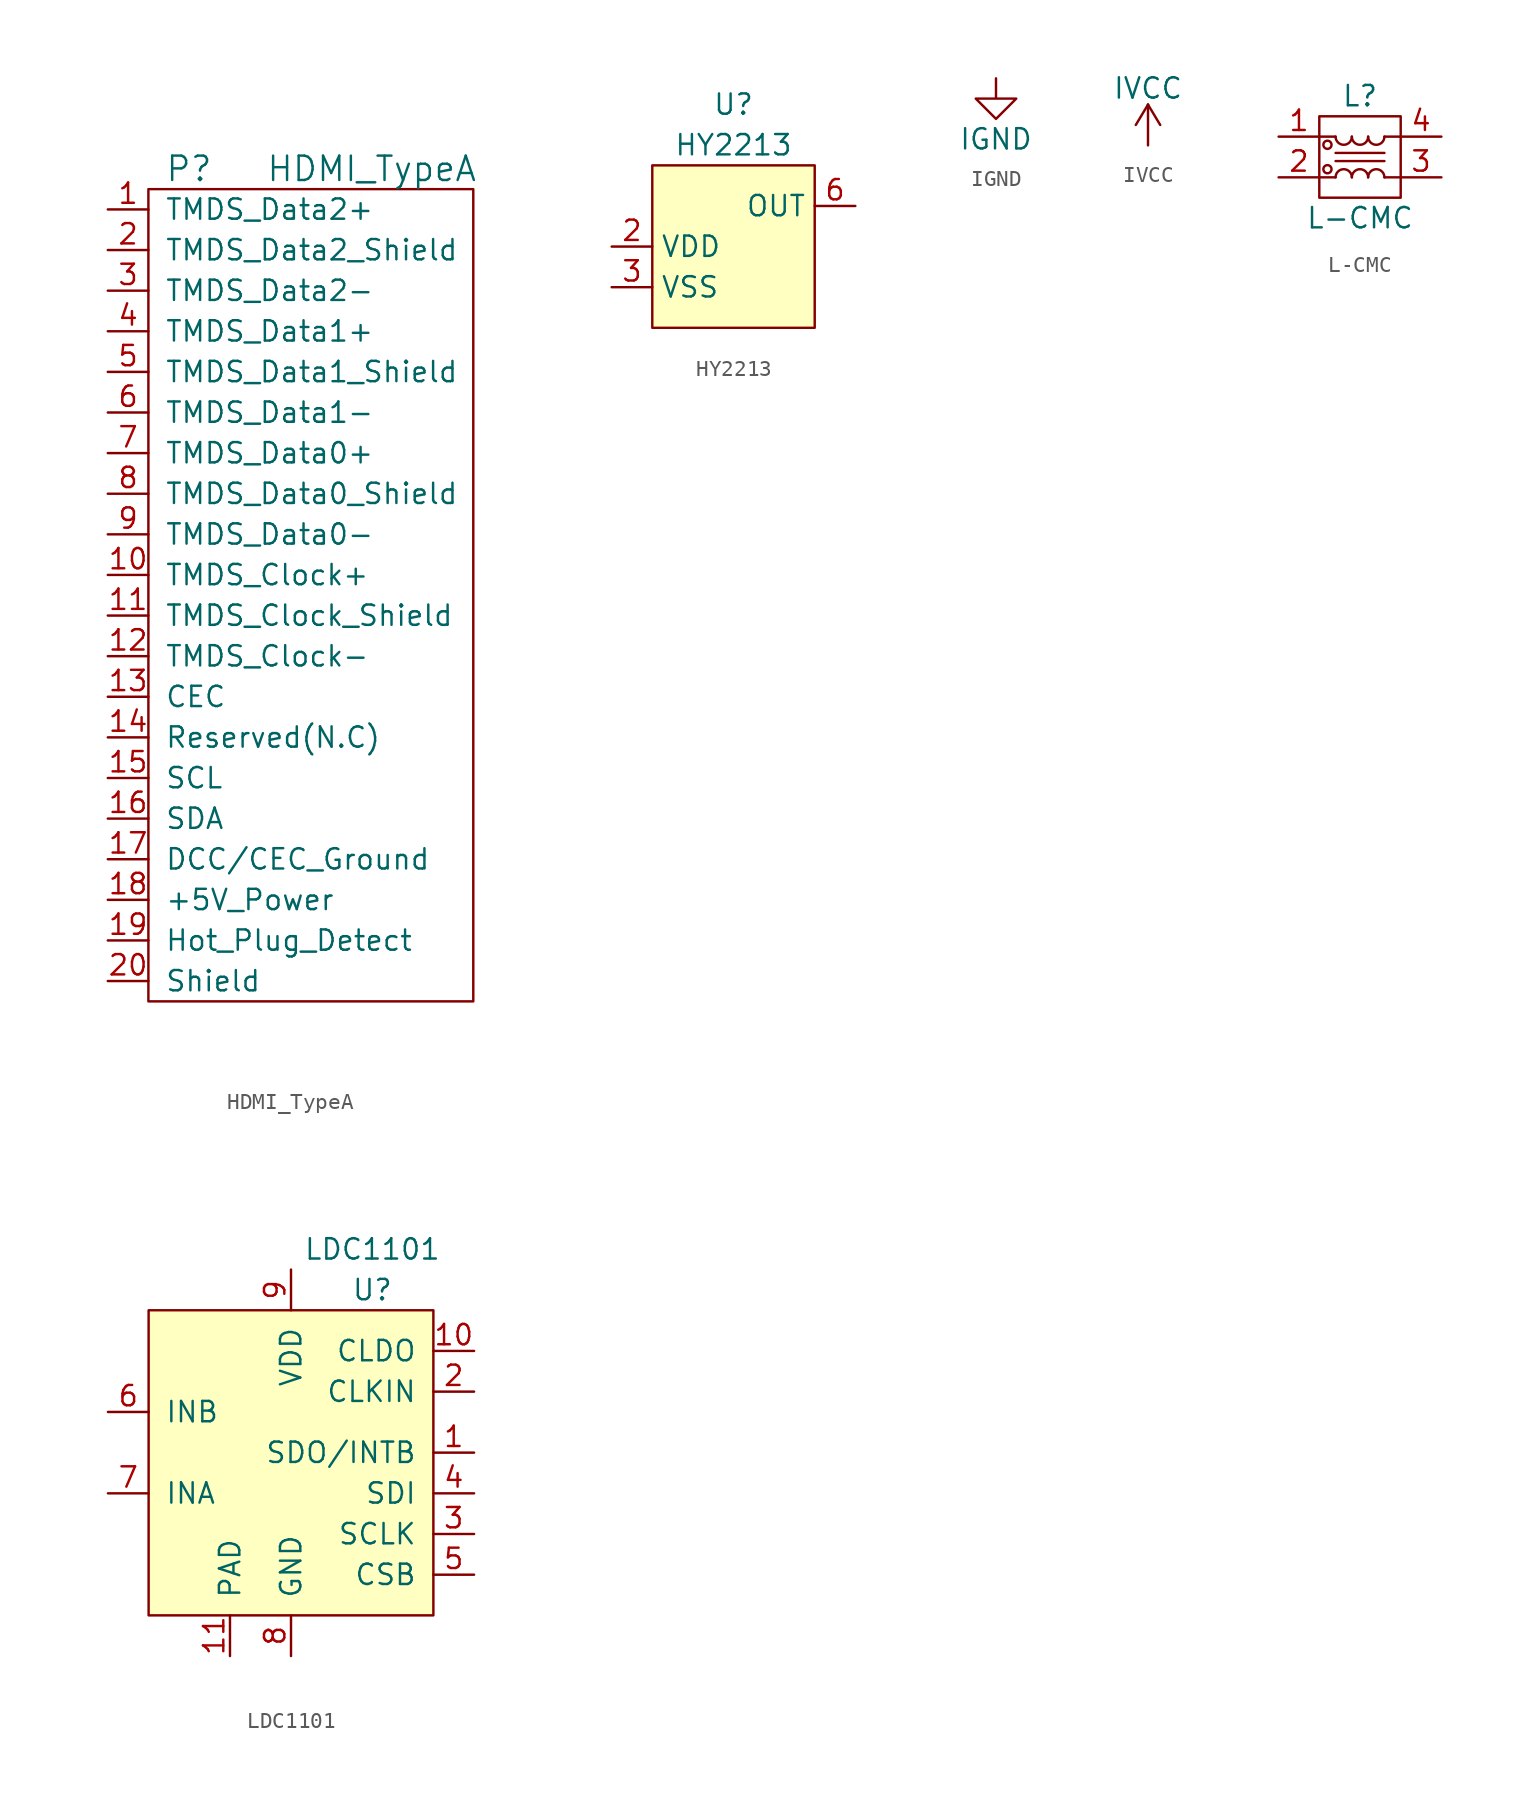
<source format=kicad_sym>
(kicad_symbol_lib
  (version 20220914)
  (generator kicad_symbol_editor)
  (symbol "HDMI_TypeA"
    (pin_names
      (offset 1.016))
    (property "Reference" "P"
      (at -7.62 26.67 0)
      (effects (font (size 1.524 1.524))))
    (property "Value" "HDMI_TypeA"
      (at 3.81 26.67 0)
      (effects (font (size 1.524 1.524))))
    (property "Footprint" ""
      (at -10.16 1.27 90)
      (effects (font (size 1.524 1.524))))
    (property "Datasheet" ""
      (at -10.16 1.27 90)
      (effects (font (size 1.524 1.524))))
    (symbol "HDMI_TypeA_0_1"
      (rectangle (start 10.16 25.4) (end -10.16 -25.4) (stroke (width 0) (type default)) (fill (type none))))
    (symbol "HDMI_TypeA_1_1"
      (pin input line (at -12.7 24.13 0) (length 2.54) (name "TMDS_Data2+" (effects (font (size 1.27 1.27)))) (number "1" (effects (font (size 1.27 1.27)))))
      (pin input line (at -12.7 1.27 0) (length 2.54) (name "TMDS_Clock+" (effects (font (size 1.27 1.27)))) (number "10" (effects (font (size 1.27 1.27)))))
      (pin input line (at -12.7 -1.27 0) (length 2.54) (name "TMDS_Clock_Shield" (effects (font (size 1.27 1.27)))) (number "11" (effects (font (size 1.27 1.27)))))
      (pin input line (at -12.7 -3.81 0) (length 2.54) (name "TMDS_Clock-" (effects (font (size 1.27 1.27)))) (number "12" (effects (font (size 1.27 1.27)))))
      (pin input line (at -12.7 -6.35 0) (length 2.54) (name "CEC" (effects (font (size 1.27 1.27)))) (number "13" (effects (font (size 1.27 1.27)))))
      (pin input line (at -12.7 -8.89 0) (length 2.54) (name "Reserved(N.C)" (effects (font (size 1.27 1.27)))) (number "14" (effects (font (size 1.27 1.27)))))
      (pin input line (at -12.7 -11.43 0) (length 2.54) (name "SCL" (effects (font (size 1.27 1.27)))) (number "15" (effects (font (size 1.27 1.27)))))
      (pin input line (at -12.7 -13.97 0) (length 2.54) (name "SDA" (effects (font (size 1.27 1.27)))) (number "16" (effects (font (size 1.27 1.27)))))
      (pin input line (at -12.7 -16.51 0) (length 2.54) (name "DCC/CEC_Ground" (effects (font (size 1.27 1.27)))) (number "17" (effects (font (size 1.27 1.27)))))
      (pin input line (at -12.7 -19.05 0) (length 2.54) (name "+5V_Power" (effects (font (size 1.27 1.27)))) (number "18" (effects (font (size 1.27 1.27)))))
      (pin input line (at -12.7 -21.59 0) (length 2.54) (name "Hot_Plug_Detect" (effects (font (size 1.27 1.27)))) (number "19" (effects (font (size 1.27 1.27)))))
      (pin input line (at -12.7 21.59 0) (length 2.54) (name "TMDS_Data2_Shield" (effects (font (size 1.27 1.27)))) (number "2" (effects (font (size 1.27 1.27)))))
      (pin input line (at -12.7 -24.13 0) (length 2.54) (name "Shield" (effects (font (size 1.27 1.27)))) (number "20" (effects (font (size 1.27 1.27)))))
      (pin input line (at -12.7 19.05 0) (length 2.54) (name "TMDS_Data2-" (effects (font (size 1.27 1.27)))) (number "3" (effects (font (size 1.27 1.27)))))
      (pin input line (at -12.7 16.51 0) (length 2.54) (name "TMDS_Data1+" (effects (font (size 1.27 1.27)))) (number "4" (effects (font (size 1.27 1.27)))))
      (pin input line (at -12.7 13.97 0) (length 2.54) (name "TMDS_Data1_Shield" (effects (font (size 1.27 1.27)))) (number "5" (effects (font (size 1.27 1.27)))))
      (pin input line (at -12.7 11.43 0) (length 2.54) (name "TMDS_Data1-" (effects (font (size 1.27 1.27)))) (number "6" (effects (font (size 1.27 1.27)))))
      (pin input line (at -12.7 8.89 0) (length 2.54) (name "TMDS_Data0+" (effects (font (size 1.27 1.27)))) (number "7" (effects (font (size 1.27 1.27)))))
      (pin input line (at -12.7 6.35 0) (length 2.54) (name "TMDS_Data0_Shield" (effects (font (size 1.27 1.27)))) (number "8" (effects (font (size 1.27 1.27)))))
      (pin input line (at -12.7 3.81 0) (length 2.54) (name "TMDS_Data0-" (effects (font (size 1.27 1.27)))) (number "9" (effects (font (size 1.27 1.27)))))))
  (symbol "HY2213"
    (property "Reference" "U"
      (at 0 8.89 0)
      (effects (font (size 1.27 1.27))))
    (property "Value" "HY2213"
      (at 0 6.35 0)
      (effects (font (size 1.27 1.27))))
    (symbol "HY2213_0_1"
      (rectangle (start -5.08 5.08) (end 5.08 -5.08) (stroke (width 0.152) (type default)) (fill (type background))))
    (symbol "HY2213_1_1"
      (pin input line (at -7.62 2.54 0) (length 2.54) hide (name "NC" (effects (font (size 1.27 1.27)))) (number "1" (effects (font (size 1.27 1.27)))))
      (pin input line (at -7.62 0 0) (length 2.54) (name "VDD" (effects (font (size 1.27 1.27)))) (number "2" (effects (font (size 1.27 1.27)))))
      (pin input line (at -7.62 -2.54 0) (length 2.54) (name "VSS" (effects (font (size 1.27 1.27)))) (number "3" (effects (font (size 1.27 1.27)))))
      (pin input line (at 7.62 -2.54 180) (length 2.54) hide (name "NC" (effects (font (size 1.27 1.27)))) (number "4" (effects (font (size 1.27 1.27)))))
      (pin input line (at 7.62 0 180) (length 2.54) hide (name "NC" (effects (font (size 1.27 1.27)))) (number "5" (effects (font (size 1.27 1.27)))))
      (pin output line (at 7.62 2.54 180) (length 2.54) (name "OUT" (effects (font (size 1.27 1.27)))) (number "6" (effects (font (size 1.27 1.27)))))))
  (symbol "IGND"
    (power)
    (pin_names
      (offset 0))
    (property "Reference" "#PWR"
      (at 0 -6.35 0)
      (effects (font (size 1.27 1.27)) hide))
    (property "Value" "IGND"
      (at 0 -3.81 0)
      (effects (font (size 1.27 1.27))))
    (property "Footprint" ""
      (at 0 0 0)
      (effects (font (size 1.27 1.27))))
    (property "Datasheet" ""
      (at 0 0 0)
      (effects (font (size 1.27 1.27))))
    (symbol "IGND_0_1"
      (polyline (pts (xy 0 0) (xy 0 -1.27) (xy 1.27 -1.27) (xy 0 -2.54) (xy -1.27 -1.27) (xy 0 -1.27)) (stroke (width 0) (type default)) (fill (type none))))
    (symbol "IGND_1_1"
      (pin power_in line (at 0 0 270) (length 0) hide (name "IGND" (effects (font (size 1.27 1.27)))) (number "1" (effects (font (size 1.27 1.27)))))))
  (symbol "IVCC"
    (power)
    (pin_names
      (offset 0))
    (property "Reference" "#PWR"
      (at 0 -3.81 0)
      (effects (font (size 1.27 1.27)) hide))
    (property "Value" "IVCC"
      (at 0 3.556 0)
      (effects (font (size 1.27 1.27))))
    (property "Footprint" ""
      (at 0 0 0)
      (effects (font (size 1.27 1.27))))
    (property "Datasheet" ""
      (at 0 0 0)
      (effects (font (size 1.27 1.27))))
    (symbol "IVCC_0_1"
      (polyline (pts (xy -0.762 1.27) (xy 0 2.54)) (stroke (width 0) (type default)) (fill (type none)))
      (polyline (pts (xy 0 0) (xy 0 2.54)) (stroke (width 0) (type default)) (fill (type none)))
      (polyline (pts (xy 0 2.54) (xy 0.762 1.27)) (stroke (width 0) (type default)) (fill (type none))))
    (symbol "IVCC_1_1"
      (pin power_in line (at 0 0 90) (length 0) hide (name "IVCC" (effects (font (size 1.27 1.27)))) (number "1" (effects (font (size 1.27 1.27)))))))
  (symbol "L-CMC"
    (pin_names
      (offset 1.016))
    (property "Reference" "L"
      (at 0 3.81 0)
      (effects (font (size 1.27 1.27))))
    (property "Value" "L-CMC"
      (at 0 -3.81 0)
      (effects (font (size 1.27 1.27))))
    (symbol "L-CMC_0_1"
      (rectangle (start -2.54 2.54) (end 2.54 -2.54) (stroke (width 0) (type default)) (fill (type none)))
      (circle (center -2.032 -0.762) (radius 0.254) (stroke (width 0) (type default)) (fill (type none)))
      (circle (center -2.032 0.762) (radius 0.254) (stroke (width 0) (type default)) (fill (type none)))
      (arc (start -1.524 1.27) (mid -1.016 0.7642) (end -0.508 1.27) (stroke (width 0) (type default)) (fill (type none)))
      (arc (start -0.508 -1.27) (mid -1.016 -0.7642) (end -1.524 -1.27) (stroke (width 0) (type default)) (fill (type none)))
      (arc (start -0.508 1.27) (mid 0 0.7642) (end 0.508 1.27) (stroke (width 0) (type default)) (fill (type none)))
      (polyline (pts (xy -2.54 -1.27) (xy -1.524 -1.27)) (stroke (width 0) (type default)) (fill (type none)))
      (polyline (pts (xy -2.54 1.27) (xy -1.524 1.27)) (stroke (width 0) (type default)) (fill (type none)))
      (polyline (pts (xy -1.524 -0.254) (xy 1.524 -0.254)) (stroke (width 0) (type default)) (fill (type none)))
      (polyline (pts (xy -1.524 0.254) (xy 1.524 0.254)) (stroke (width 0) (type default)) (fill (type none)))
      (polyline (pts (xy 2.54 -1.27) (xy 1.524 -1.27)) (stroke (width 0) (type default)) (fill (type none)))
      (polyline (pts (xy 2.54 1.27) (xy 1.524 1.27)) (stroke (width 0) (type default)) (fill (type none)))
      (arc (start 0.508 -1.27) (mid 0 -0.7642) (end -0.508 -1.27) (stroke (width 0) (type default)) (fill (type none)))
      (arc (start 0.508 1.27) (mid 1.016 0.7642) (end 1.524 1.27) (stroke (width 0) (type default)) (fill (type none)))
      (arc (start 1.524 -1.27) (mid 1.016 -0.7642) (end 0.508 -1.27) (stroke (width 0) (type default)) (fill (type none))))
    (symbol "L-CMC_1_1"
      (pin input line (at -5.08 1.27 0) (length 2.54) (name "~" (effects (font (size 1.27 1.27)))) (number "1" (effects (font (size 1.27 1.27)))))
      (pin input line (at -5.08 -1.27 0) (length 2.54) (name "~" (effects (font (size 1.27 1.27)))) (number "2" (effects (font (size 1.27 1.27)))))
      (pin input line (at 5.08 -1.27 180) (length 2.54) (name "~" (effects (font (size 1.27 1.27)))) (number "3" (effects (font (size 1.27 1.27)))))
      (pin input line (at 5.08 1.27 180) (length 2.54) (name "~" (effects (font (size 1.27 1.27)))) (number "4" (effects (font (size 1.27 1.27)))))))
  (symbol "LDC1101"
    (pin_names
      (offset 1.016))
    (property "Reference" "U"
      (at 5.08 10.16 0)
      (effects (font (size 1.27 1.27))))
    (property "Value" "LDC1101"
      (at 5.08 12.7 0)
      (effects (font (size 1.27 1.27))))
    (symbol "LDC1101_0_1"
      (rectangle (start -8.89 8.89) (end 8.89 -10.16) (stroke (width 0) (type default)) (fill (type background))))
    (symbol "LDC1101_1_1"
      (pin input line (at 11.43 0 180) (length 2.54) (name "SDO/INTB" (effects (font (size 1.27 1.27)))) (number "1" (effects (font (size 1.27 1.27)))))
      (pin input line (at 11.43 6.35 180) (length 2.54) (name "CLDO" (effects (font (size 1.27 1.27)))) (number "10" (effects (font (size 1.27 1.27)))))
      (pin input line (at -3.81 -12.7 90) (length 2.54) (name "PAD" (effects (font (size 1.27 1.27)))) (number "11" (effects (font (size 1.27 1.27)))))
      (pin input line (at 11.43 3.81 180) (length 2.54) (name "CLKIN" (effects (font (size 1.27 1.27)))) (number "2" (effects (font (size 1.27 1.27)))))
      (pin input line (at 11.43 -5.08 180) (length 2.54) (name "SCLK" (effects (font (size 1.27 1.27)))) (number "3" (effects (font (size 1.27 1.27)))))
      (pin input line (at 11.43 -2.54 180) (length 2.54) (name "SDI" (effects (font (size 1.27 1.27)))) (number "4" (effects (font (size 1.27 1.27)))))
      (pin input line (at 11.43 -7.62 180) (length 2.54) (name "CSB" (effects (font (size 1.27 1.27)))) (number "5" (effects (font (size 1.27 1.27)))))
      (pin input line (at -11.43 2.54 0) (length 2.54) (name "INB" (effects (font (size 1.27 1.27)))) (number "6" (effects (font (size 1.27 1.27)))))
      (pin input line (at -11.43 -2.54 0) (length 2.54) (name "INA" (effects (font (size 1.27 1.27)))) (number "7" (effects (font (size 1.27 1.27)))))
      (pin power_in line (at 0 -12.7 90) (length 2.54) (name "GND" (effects (font (size 1.27 1.27)))) (number "8" (effects (font (size 1.27 1.27)))))
      (pin power_in line (at 0 11.43 270) (length 2.54) (name "VDD" (effects (font (size 1.27 1.27)))) (number "9" (effects (font (size 1.27 1.27))))))))
</source>
